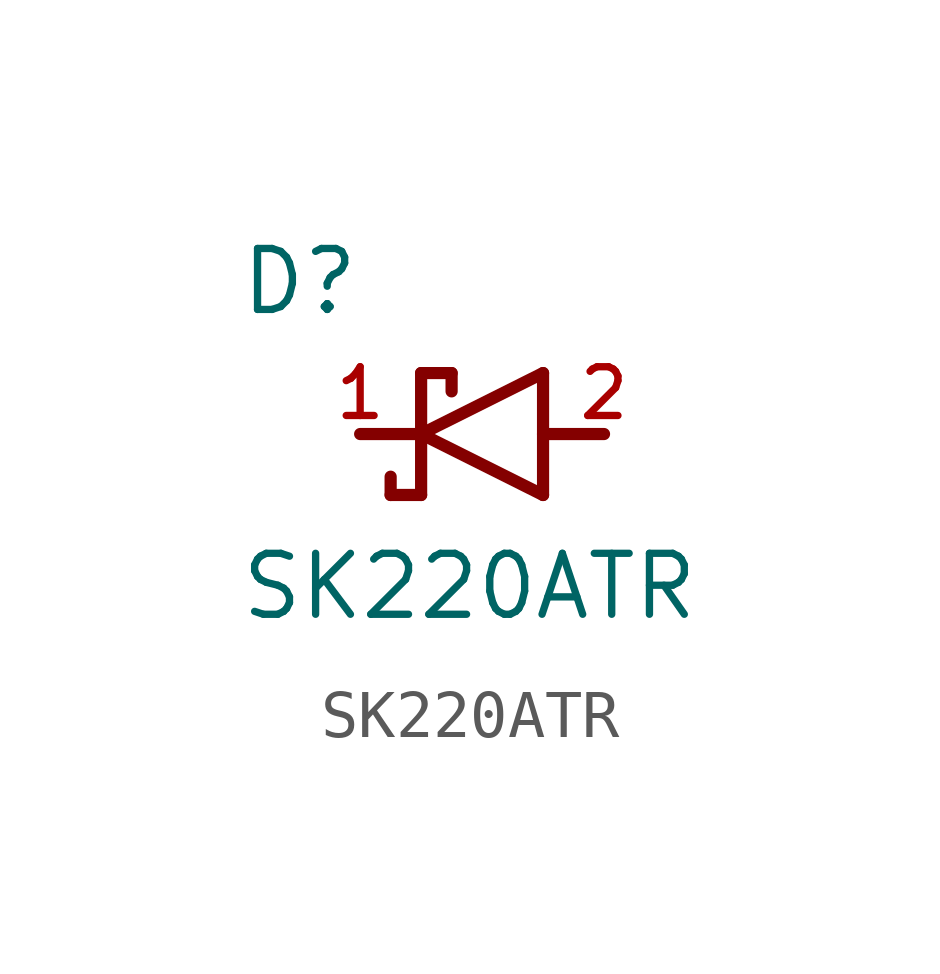
<source format=kicad_sym>
(kicad_symbol_lib
  (version 20211014)
  (generator kicad_symbol_editor)
  (symbol "SK220ATR"
    (pin_names
      (offset 1.016))
    (property "Reference" "D"
      (at -5.08 3.175 0)
      (effects (font (size 1.27 1.27)) (justify left)))
    (property "Value" "SK220ATR"
      (at -5.08 -3.175 0)
      (effects (font (size 1.27 1.27)) (justify left)))
    (symbol "SK220ATR_0_0"
      (polyline (pts (xy -1.27 1.27) (xy -1.27 0.0)) (stroke (width 0.254)))
      (polyline (pts (xy -1.27 0.0) (xy -1.27 -1.27)) (stroke (width 0.254)))
      (polyline (pts (xy -1.27 1.27) (xy -0.635 1.27)) (stroke (width 0.254)))
      (polyline (pts (xy -0.635 0.889) (xy -0.635 1.27)) (stroke (width 0.254)))
      (polyline (pts (xy -1.27 -1.27) (xy -1.905 -1.27)) (stroke (width 0.254)))
      (polyline (pts (xy -1.905 -0.889) (xy -1.905 -1.27)) (stroke (width 0.254)))
      (polyline (pts (xy -1.27 0.0) (xy 1.27 -1.27)) (stroke (width 0.254)))
      (polyline (pts (xy 1.27 -1.27) (xy 1.27 0.0)) (stroke (width 0.254)))
      (polyline (pts (xy 1.27 0.0) (xy 1.27 1.27)) (stroke (width 0.254)))
      (polyline (pts (xy 1.27 1.27) (xy -1.27 0.0)) (stroke (width 0.254)))
      (polyline (pts (xy -1.27 0.0) (xy -2.54 0.0)) (stroke (width 0.254)))
      (polyline (pts (xy 1.27 0.0) (xy 2.54 0.0)) (stroke (width 0.254)))
      (pin bidirectional line (at -2.54 0.0 0) (length 0) (name "~" (effects (font (size 1.016 1.016)))) (number "1" (effects (font (size 1.016 1.016)))))
      (pin bidirectional line (at 2.54 0.0 180.0) (length 0) (name "~" (effects (font (size 1.016 1.016)))) (number "2" (effects (font (size 1.016 1.016))))))))
</source>
